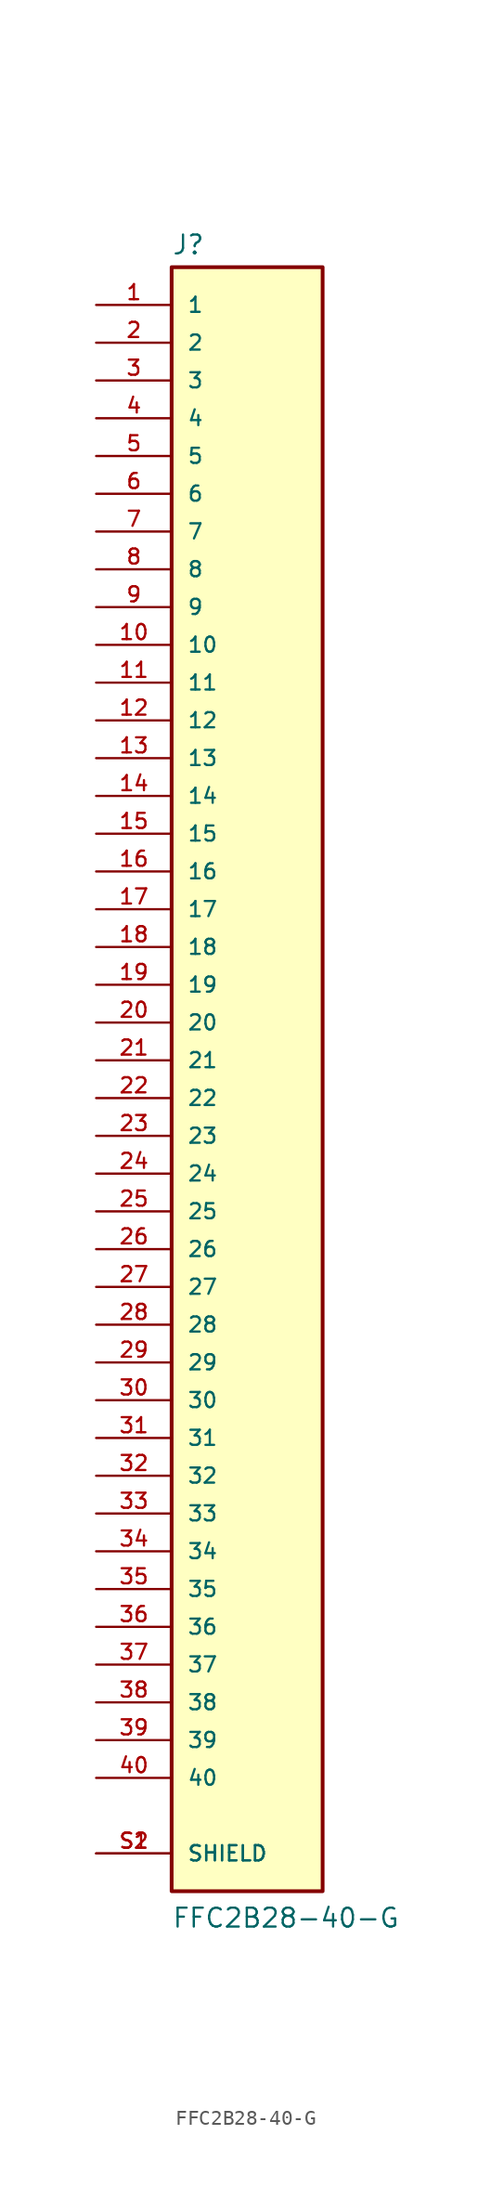
<source format=kicad_sym>
(kicad_symbol_lib
  (version 20211014)
  (generator kicad_symbol_editor)
  (symbol "FFC2B28-40-G"
    (pin_names
      (offset 1.016))
    (property "Reference" "J"
      (at -5.08 54.102 0)
      (effects (font (size 1.27 1.27)) (justify bottom left)))
    (property "Value" "FFC2B28-40-G"
      (at -5.08 -58.42 0)
      (effects (font (size 1.27 1.27)) (justify bottom left)))
    (symbol "FFC2B28-40-G_0_0"
      (rectangle (start -5.08 -55.88) (end 5.08 53.34) (stroke (width 0.254)) (fill (type background)))
      (pin passive line (at -10.16 50.8 0) (length 5.08) (name "1" (effects (font (size 1.016 1.016)))) (number "1" (effects (font (size 1.016 1.016)))))
      (pin passive line (at -10.16 48.26 0) (length 5.08) (name "2" (effects (font (size 1.016 1.016)))) (number "2" (effects (font (size 1.016 1.016)))))
      (pin passive line (at -10.16 45.72 0) (length 5.08) (name "3" (effects (font (size 1.016 1.016)))) (number "3" (effects (font (size 1.016 1.016)))))
      (pin passive line (at -10.16 43.18 0) (length 5.08) (name "4" (effects (font (size 1.016 1.016)))) (number "4" (effects (font (size 1.016 1.016)))))
      (pin passive line (at -10.16 -53.34 0) (length 5.08) (name "SHIELD" (effects (font (size 1.016 1.016)))) (number "S1" (effects (font (size 1.016 1.016)))))
      (pin passive line (at -10.16 -53.34 0) (length 5.08) (name "SHIELD" (effects (font (size 1.016 1.016)))) (number "S2" (effects (font (size 1.016 1.016)))))
      (pin passive line (at -10.16 40.64 0) (length 5.08) (name "5" (effects (font (size 1.016 1.016)))) (number "5" (effects (font (size 1.016 1.016)))))
      (pin passive line (at -10.16 38.1 0) (length 5.08) (name "6" (effects (font (size 1.016 1.016)))) (number "6" (effects (font (size 1.016 1.016)))))
      (pin passive line (at -10.16 35.56 0) (length 5.08) (name "7" (effects (font (size 1.016 1.016)))) (number "7" (effects (font (size 1.016 1.016)))))
      (pin passive line (at -10.16 33.02 0) (length 5.08) (name "8" (effects (font (size 1.016 1.016)))) (number "8" (effects (font (size 1.016 1.016)))))
      (pin passive line (at -10.16 30.48 0) (length 5.08) (name "9" (effects (font (size 1.016 1.016)))) (number "9" (effects (font (size 1.016 1.016)))))
      (pin passive line (at -10.16 27.94 0) (length 5.08) (name "10" (effects (font (size 1.016 1.016)))) (number "10" (effects (font (size 1.016 1.016)))))
      (pin passive line (at -10.16 25.4 0) (length 5.08) (name "11" (effects (font (size 1.016 1.016)))) (number "11" (effects (font (size 1.016 1.016)))))
      (pin passive line (at -10.16 22.86 0) (length 5.08) (name "12" (effects (font (size 1.016 1.016)))) (number "12" (effects (font (size 1.016 1.016)))))
      (pin passive line (at -10.16 20.32 0) (length 5.08) (name "13" (effects (font (size 1.016 1.016)))) (number "13" (effects (font (size 1.016 1.016)))))
      (pin passive line (at -10.16 17.78 0) (length 5.08) (name "14" (effects (font (size 1.016 1.016)))) (number "14" (effects (font (size 1.016 1.016)))))
      (pin passive line (at -10.16 15.24 0) (length 5.08) (name "15" (effects (font (size 1.016 1.016)))) (number "15" (effects (font (size 1.016 1.016)))))
      (pin passive line (at -10.16 12.7 0) (length 5.08) (name "16" (effects (font (size 1.016 1.016)))) (number "16" (effects (font (size 1.016 1.016)))))
      (pin passive line (at -10.16 10.16 0) (length 5.08) (name "17" (effects (font (size 1.016 1.016)))) (number "17" (effects (font (size 1.016 1.016)))))
      (pin passive line (at -10.16 7.62 0) (length 5.08) (name "18" (effects (font (size 1.016 1.016)))) (number "18" (effects (font (size 1.016 1.016)))))
      (pin passive line (at -10.16 5.08 0) (length 5.08) (name "19" (effects (font (size 1.016 1.016)))) (number "19" (effects (font (size 1.016 1.016)))))
      (pin passive line (at -10.16 2.54 0) (length 5.08) (name "20" (effects (font (size 1.016 1.016)))) (number "20" (effects (font (size 1.016 1.016)))))
      (pin passive line (at -10.16 0.0 0) (length 5.08) (name "21" (effects (font (size 1.016 1.016)))) (number "21" (effects (font (size 1.016 1.016)))))
      (pin passive line (at -10.16 -2.54 0) (length 5.08) (name "22" (effects (font (size 1.016 1.016)))) (number "22" (effects (font (size 1.016 1.016)))))
      (pin passive line (at -10.16 -5.08 0) (length 5.08) (name "23" (effects (font (size 1.016 1.016)))) (number "23" (effects (font (size 1.016 1.016)))))
      (pin passive line (at -10.16 -7.62 0) (length 5.08) (name "24" (effects (font (size 1.016 1.016)))) (number "24" (effects (font (size 1.016 1.016)))))
      (pin passive line (at -10.16 -10.16 0) (length 5.08) (name "25" (effects (font (size 1.016 1.016)))) (number "25" (effects (font (size 1.016 1.016)))))
      (pin passive line (at -10.16 -12.7 0) (length 5.08) (name "26" (effects (font (size 1.016 1.016)))) (number "26" (effects (font (size 1.016 1.016)))))
      (pin passive line (at -10.16 -15.24 0) (length 5.08) (name "27" (effects (font (size 1.016 1.016)))) (number "27" (effects (font (size 1.016 1.016)))))
      (pin passive line (at -10.16 -17.78 0) (length 5.08) (name "28" (effects (font (size 1.016 1.016)))) (number "28" (effects (font (size 1.016 1.016)))))
      (pin passive line (at -10.16 -20.32 0) (length 5.08) (name "29" (effects (font (size 1.016 1.016)))) (number "29" (effects (font (size 1.016 1.016)))))
      (pin passive line (at -10.16 -22.86 0) (length 5.08) (name "30" (effects (font (size 1.016 1.016)))) (number "30" (effects (font (size 1.016 1.016)))))
      (pin passive line (at -10.16 -25.4 0) (length 5.08) (name "31" (effects (font (size 1.016 1.016)))) (number "31" (effects (font (size 1.016 1.016)))))
      (pin passive line (at -10.16 -27.94 0) (length 5.08) (name "32" (effects (font (size 1.016 1.016)))) (number "32" (effects (font (size 1.016 1.016)))))
      (pin passive line (at -10.16 -30.48 0) (length 5.08) (name "33" (effects (font (size 1.016 1.016)))) (number "33" (effects (font (size 1.016 1.016)))))
      (pin passive line (at -10.16 -33.02 0) (length 5.08) (name "34" (effects (font (size 1.016 1.016)))) (number "34" (effects (font (size 1.016 1.016)))))
      (pin passive line (at -10.16 -35.56 0) (length 5.08) (name "35" (effects (font (size 1.016 1.016)))) (number "35" (effects (font (size 1.016 1.016)))))
      (pin passive line (at -10.16 -38.1 0) (length 5.08) (name "36" (effects (font (size 1.016 1.016)))) (number "36" (effects (font (size 1.016 1.016)))))
      (pin passive line (at -10.16 -40.64 0) (length 5.08) (name "37" (effects (font (size 1.016 1.016)))) (number "37" (effects (font (size 1.016 1.016)))))
      (pin passive line (at -10.16 -43.18 0) (length 5.08) (name "38" (effects (font (size 1.016 1.016)))) (number "38" (effects (font (size 1.016 1.016)))))
      (pin passive line (at -10.16 -45.72 0) (length 5.08) (name "39" (effects (font (size 1.016 1.016)))) (number "39" (effects (font (size 1.016 1.016)))))
      (pin passive line (at -10.16 -48.26 0) (length 5.08) (name "40" (effects (font (size 1.016 1.016)))) (number "40" (effects (font (size 1.016 1.016))))))))
</source>
